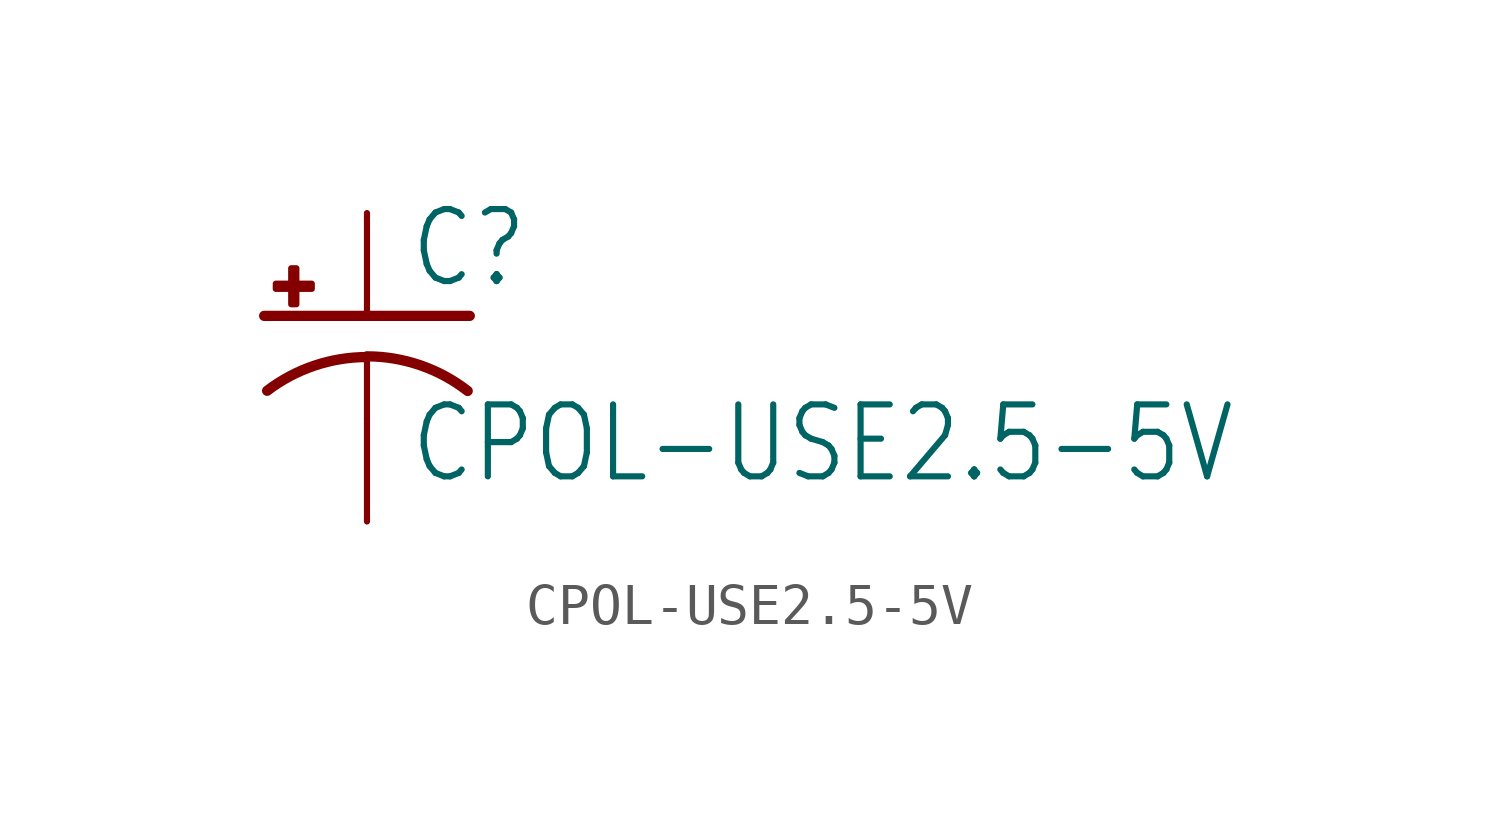
<source format=kicad_sym>
(kicad_symbol_lib
  (version 20220331)
  (generator kicad_symbol_editor)
  (symbol "CPOL-USE2.5-5V"
    (property "Reference" "C"
      (at 1.016 0.635 0)
      (effects (font (size 1.778 1.511)) (justify left bottom)))
    (property "Value" "CPOL-USE2.5-5V"
      (at 1.016 -4.191 0)
      (effects (font (size 1.778 1.511)) (justify left bottom)))
    (property "ki_locked" ""
      (at 0 0 0)
      (effects (font (size 1.27 1.27))))
    (symbol "CPOL-USE2.5-5V_1_0"
      (rectangle (start -2.253 0.668) (end -1.364 0.795) (stroke (width 0) (type default)) (fill (type outline)))
      (rectangle (start -1.872 0.287) (end -1.745 1.176) (stroke (width 0) (type default)) (fill (type outline)))
      (arc (start 0 -1.0161) (mid -1.3021 -1.2302) (end -2.4669 -1.8504) (stroke (width 0.254) (type solid)) (fill (type none)))
      (polyline (pts (xy -2.54 0) (xy 2.54 0)) (stroke (width 0.254) (type solid)) (fill (type none)))
      (polyline (pts (xy 0 -1.016) (xy 0 -2.54)) (stroke (width 0.152) (type solid)) (fill (type none)))
      (arc (start 2.4892 -1.8542) (mid 1.3158 -1.2195) (end 0 -1) (stroke (width 0.254) (type solid)) (fill (type none)))
      (pin passive line (at 0 2.54 270) (length 2.54) (name "+" (effects (font (size 0 0)))) (number "+" (effects (font (size 0 0)))))
      (pin passive line (at 0 -5.08 90) (length 2.54) (name "-" (effects (font (size 0 0)))) (number "-" (effects (font (size 0 0))))))))
</source>
